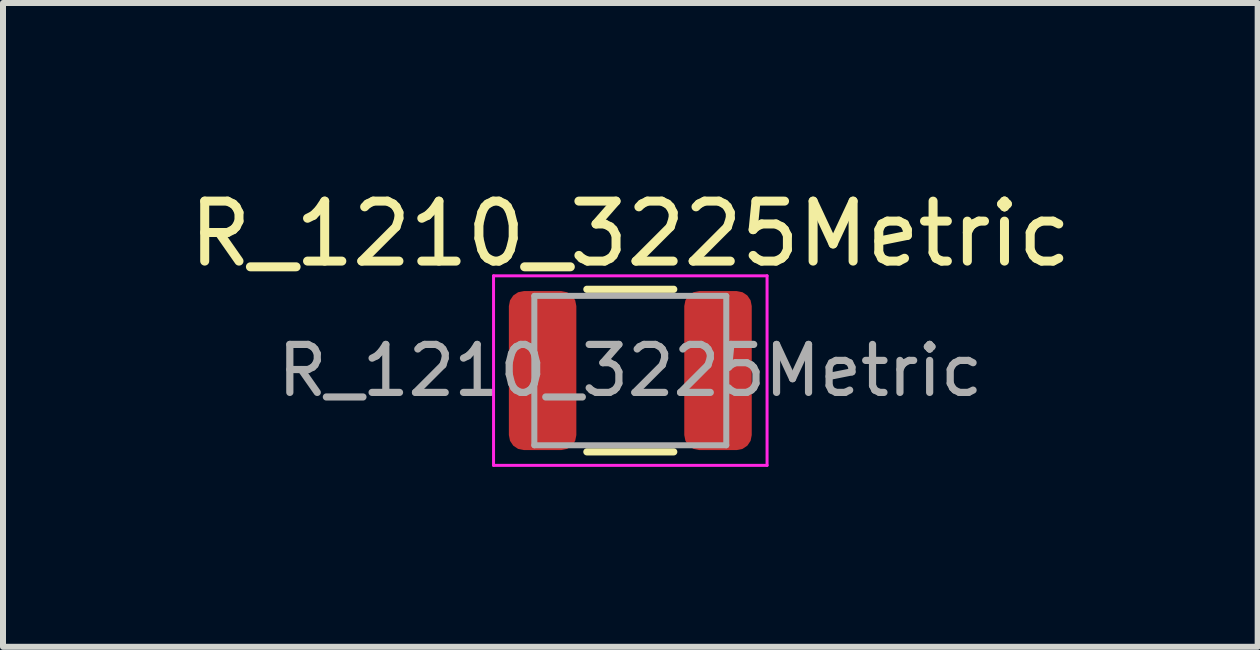
<source format=kicad_pcb>
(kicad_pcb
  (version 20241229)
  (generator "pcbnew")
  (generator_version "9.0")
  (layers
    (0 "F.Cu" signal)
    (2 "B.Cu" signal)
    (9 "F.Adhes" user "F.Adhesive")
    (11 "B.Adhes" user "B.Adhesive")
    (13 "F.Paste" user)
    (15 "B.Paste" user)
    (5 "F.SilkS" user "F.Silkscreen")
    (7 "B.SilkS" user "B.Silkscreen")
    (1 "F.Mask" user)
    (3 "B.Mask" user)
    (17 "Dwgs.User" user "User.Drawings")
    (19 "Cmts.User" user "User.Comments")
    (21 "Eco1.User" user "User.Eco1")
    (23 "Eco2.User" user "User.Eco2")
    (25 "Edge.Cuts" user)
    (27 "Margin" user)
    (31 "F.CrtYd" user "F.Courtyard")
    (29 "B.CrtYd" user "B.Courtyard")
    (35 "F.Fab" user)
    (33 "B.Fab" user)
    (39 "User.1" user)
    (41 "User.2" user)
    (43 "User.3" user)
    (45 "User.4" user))
  (footprint "R_1210_3225Metric"
    (layer "F.Cu")
    (at 7.458 3.128)
    (property "Reference" "R_1210_3225Metric" (at 0 -2.28 0) (layer "F.SilkS") (effects (font (size 1 1) (thickness 0.15))))
    (attr smd)
    (fp_line (start -0.724 -1.355) (end 0.724 -1.355) (stroke (width 0.12) (type solid)) (layer "F.SilkS"))
    (fp_line (start -0.724 1.355) (end 0.724 1.355) (stroke (width 0.12) (type solid)) (layer "F.SilkS"))
    (fp_line (start -2.28 -1.58) (end 2.28 -1.58) (stroke (width 0.05) (type solid)) (layer "F.CrtYd"))
    (fp_line (start -2.28 1.58) (end -2.28 -1.58) (stroke (width 0.05) (type solid)) (layer "F.CrtYd"))
    (fp_line (start 2.28 -1.58) (end 2.28 1.58) (stroke (width 0.05) (type solid)) (layer "F.CrtYd"))
    (fp_line (start 2.28 1.58) (end -2.28 1.58) (stroke (width 0.05) (type solid)) (layer "F.CrtYd"))
    (fp_line (start -1.6 -1.245) (end 1.6 -1.245) (stroke (width 0.1) (type solid)) (layer "F.Fab"))
    (fp_line (start -1.6 1.245) (end -1.6 -1.245) (stroke (width 0.1) (type solid)) (layer "F.Fab"))
    (fp_line (start 1.6 -1.245) (end 1.6 1.245) (stroke (width 0.1) (type solid)) (layer "F.Fab"))
    (fp_line (start 1.6 1.245) (end -1.6 1.245) (stroke (width 0.1) (type solid)) (layer "F.Fab"))
    (fp_text user "${REFERENCE}" (at 0 0 0) (layer "F.Fab") (effects (font (size 0.8 0.8) (thickness 0.12))))
    (pad "1" smd roundrect (at -1.462 0) (size 1.125 2.65) (layers "F.Cu" "F.Mask" "F.Paste") (roundrect_rratio 0.222))
    (pad "2" smd roundrect (at 1.462 0) (size 1.125 2.65) (layers "F.Cu" "F.Mask" "F.Paste") (roundrect_rratio 0.222)))
  (gr_rect
    (start -3 -3)
    (end 17.917 7.733)
    (stroke (width 0.1) (type default))
    (fill no)
    (layer "Edge.Cuts")))
</source>
